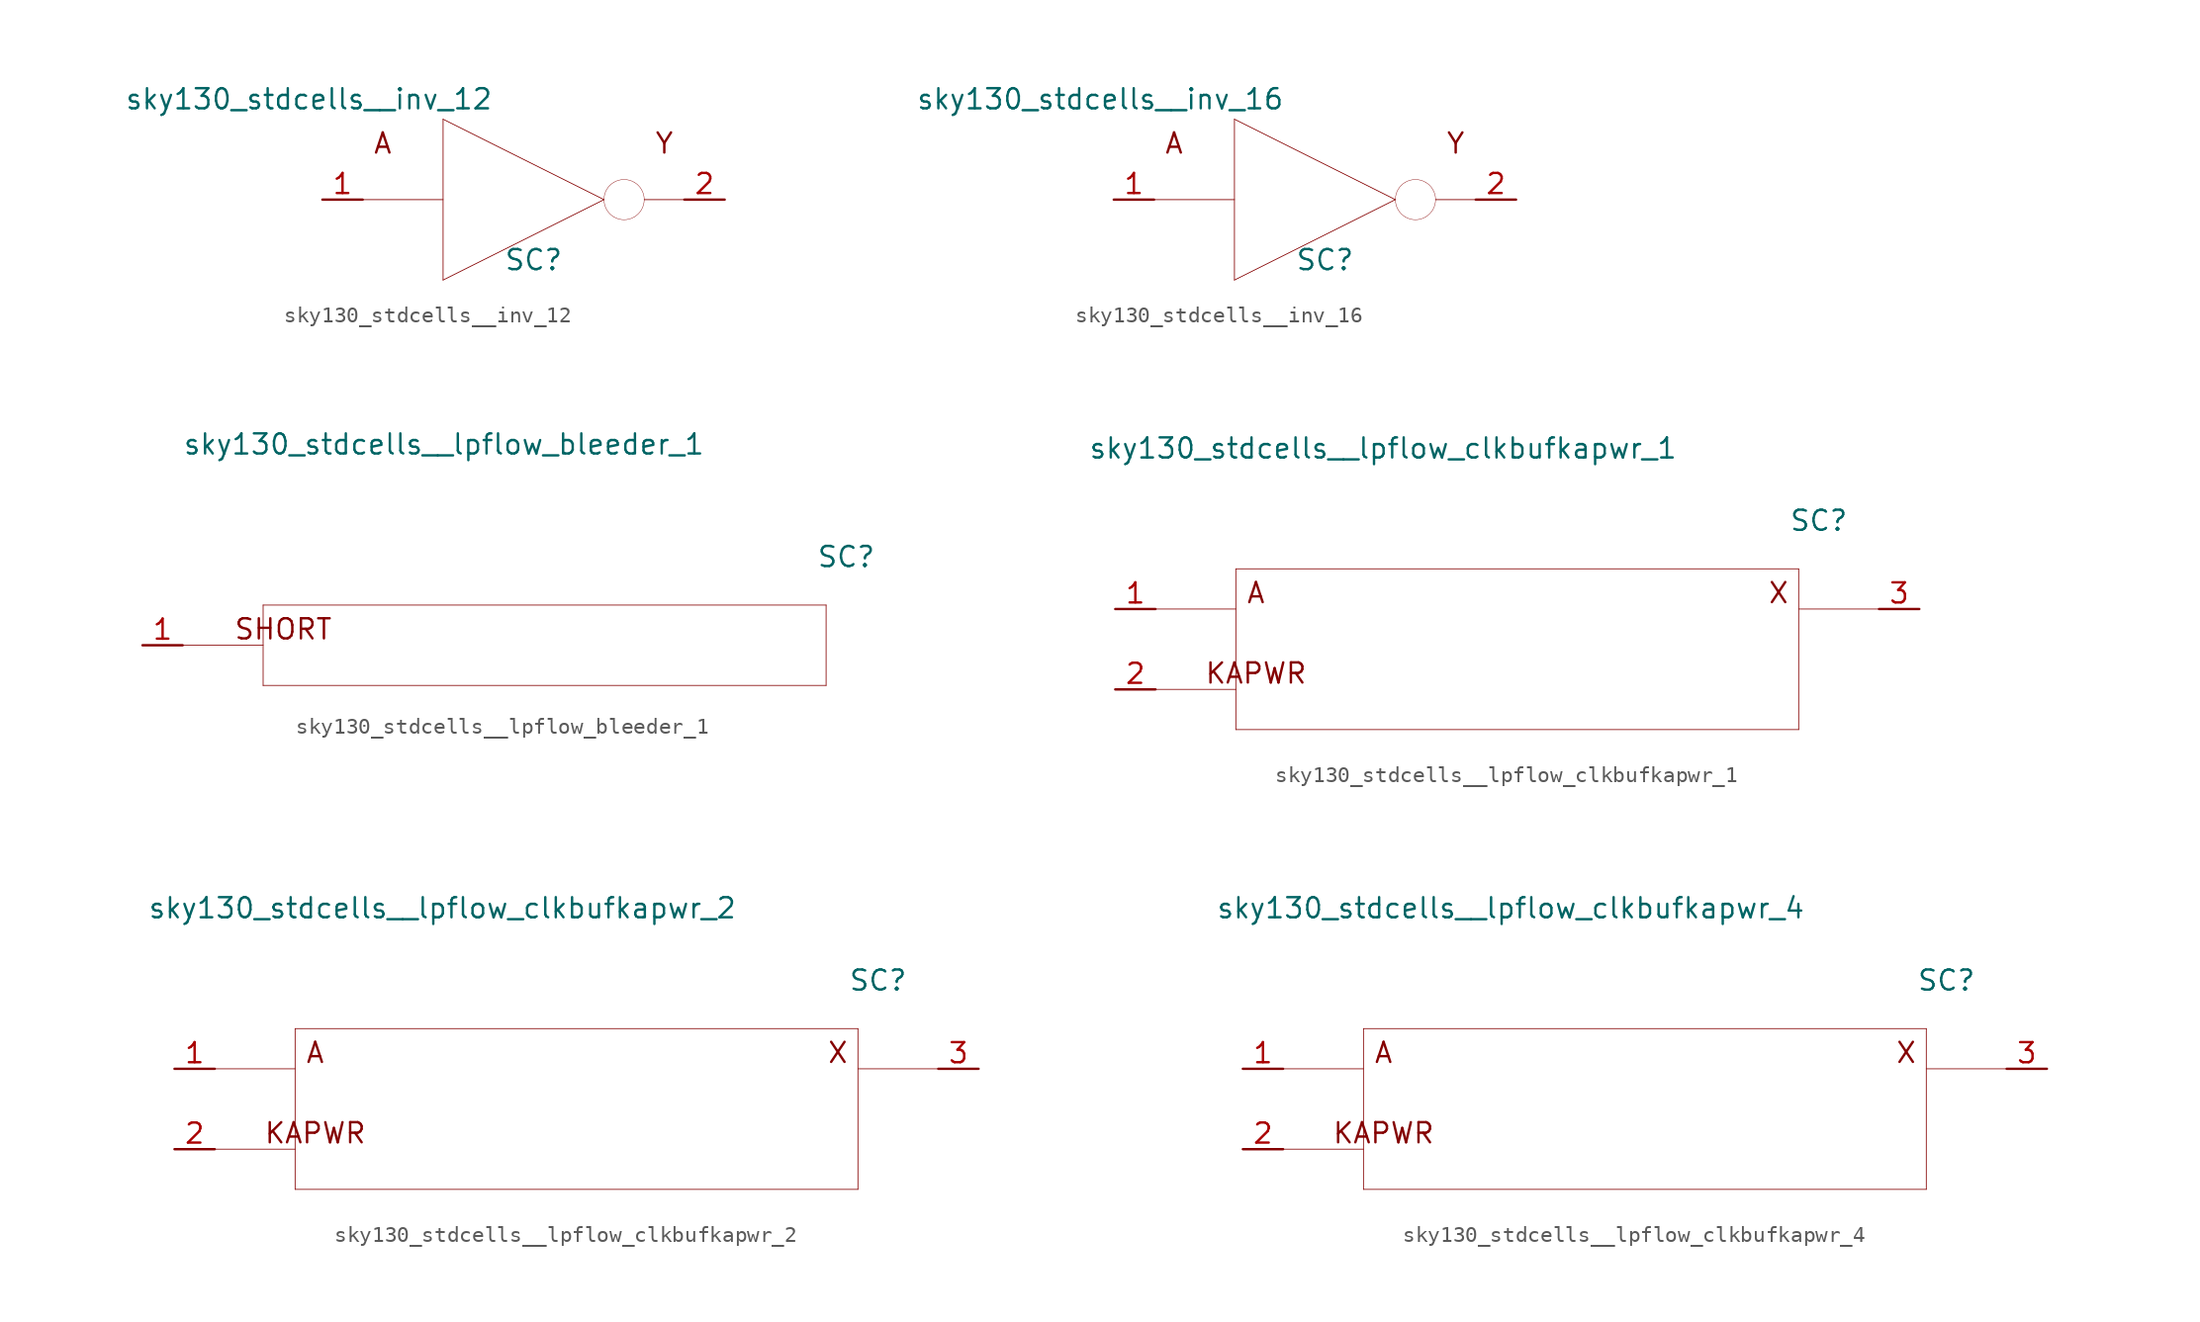
<source format=kicad_sym>
(kicad_symbol_lib
  (version 20211014)
  (generator kicad_symbol_editor)
  (symbol "sky130_stdcells__inv_12"
    (pin_names hide)
    (property "Reference" "SC"
      (at 0.635 -3.81 0)
      (effects (font (size 1.27 1.27))))
    (property "Value" "sky130_stdcells__inv_12"
      (at -1.905 6.35 0)
      (effects (font (size 1.27 1.27)) (justify right)))
    (symbol "sky130_stdcells__inv_12_0_0"
      (polyline (pts (xy -10.16 0) (xy -5.08 0)) (stroke (width 0.051) (type default) (color 0 0 0 0)) (fill (type none)))
      (polyline (pts (xy -5.08 -5.08) (xy 5.08 0)) (stroke (width 0.051) (type default) (color 0 0 0 0)) (fill (type none)))
      (polyline (pts (xy -5.08 5.08) (xy -5.08 -5.08)) (stroke (width 0.051) (type default) (color 0 0 0 0)) (fill (type none)))
      (polyline (pts (xy -5.08 5.08) (xy 5.08 0)) (stroke (width 0.051) (type default) (color 0 0 0 0)) (fill (type none)))
      (polyline (pts (xy 7.62 0) (xy 10.16 0)) (stroke (width 0.051) (type default) (color 0 0 0 0)) (fill (type none)))
      (arc (start 5.08 0) (mid 5.2502 -0.635) (end 5.715 -1.0999) (stroke (width 0.0254) (type default) (color 0 0 0 0)) (fill (type none)))
      (arc (start 5.715 -1.0999) (mid 6.35 -1.27) (end 6.985 -1.0999) (stroke (width 0.0254) (type default) (color 0 0 0 0)) (fill (type none)))
      (arc (start 5.715 1.0999) (mid 5.2501 0.635) (end 5.08 0) (stroke (width 0.0254) (type default) (color 0 0 0 0)) (fill (type none)))
      (arc (start 6.985 -1.0999) (mid 7.4499 -0.635) (end 7.62 0) (stroke (width 0.0254) (type default) (color 0 0 0 0)) (fill (type none)))
      (arc (start 6.985 1.0999) (mid 6.35 1.27) (end 5.715 1.0999) (stroke (width 0.0254) (type default) (color 0 0 0 0)) (fill (type none)))
      (arc (start 7.62 0) (mid 7.4498 0.635) (end 6.985 1.0999) (stroke (width 0.0254) (type default) (color 0 0 0 0)) (fill (type none)))
      (text "A" (at -8.89 3.556 0) (effects (font (size 1.27 1.27))))
      (text "Y" (at 8.89 3.556 0) (effects (font (size 1.27 1.27)))))
    (symbol "sky130_stdcells__inv_12_1_1"
      (pin input line (at -12.7 0 0) (length 2.54) (name "A" (effects (font (size 1.092 1.092)))) (number "1" (effects (font (size 1.27 1.27)))))
      (pin output line (at 12.7 0 180) (length 2.54) (name "Y" (effects (font (size 1.092 1.092)))) (number "2" (effects (font (size 1.27 1.27)))))))
  (symbol "sky130_stdcells__inv_16"
    (pin_names hide)
    (property "Reference" "SC"
      (at 0.635 -3.81 0)
      (effects (font (size 1.27 1.27))))
    (property "Value" "sky130_stdcells__inv_16"
      (at -1.905 6.35 0)
      (effects (font (size 1.27 1.27)) (justify right)))
    (symbol "sky130_stdcells__inv_16_0_0"
      (polyline (pts (xy -10.16 0) (xy -5.08 0)) (stroke (width 0.051) (type default) (color 0 0 0 0)) (fill (type none)))
      (polyline (pts (xy -5.08 -5.08) (xy 5.08 0)) (stroke (width 0.051) (type default) (color 0 0 0 0)) (fill (type none)))
      (polyline (pts (xy -5.08 5.08) (xy -5.08 -5.08)) (stroke (width 0.051) (type default) (color 0 0 0 0)) (fill (type none)))
      (polyline (pts (xy -5.08 5.08) (xy 5.08 0)) (stroke (width 0.051) (type default) (color 0 0 0 0)) (fill (type none)))
      (polyline (pts (xy 7.62 0) (xy 10.16 0)) (stroke (width 0.051) (type default) (color 0 0 0 0)) (fill (type none)))
      (arc (start 5.08 0) (mid 5.2502 -0.635) (end 5.715 -1.0999) (stroke (width 0.0254) (type default) (color 0 0 0 0)) (fill (type none)))
      (arc (start 5.715 -1.0999) (mid 6.35 -1.27) (end 6.985 -1.0999) (stroke (width 0.0254) (type default) (color 0 0 0 0)) (fill (type none)))
      (arc (start 5.715 1.0999) (mid 5.2501 0.635) (end 5.08 0) (stroke (width 0.0254) (type default) (color 0 0 0 0)) (fill (type none)))
      (arc (start 6.985 -1.0999) (mid 7.4499 -0.635) (end 7.62 0) (stroke (width 0.0254) (type default) (color 0 0 0 0)) (fill (type none)))
      (arc (start 6.985 1.0999) (mid 6.35 1.27) (end 5.715 1.0999) (stroke (width 0.0254) (type default) (color 0 0 0 0)) (fill (type none)))
      (arc (start 7.62 0) (mid 7.4498 0.635) (end 6.985 1.0999) (stroke (width 0.0254) (type default) (color 0 0 0 0)) (fill (type none)))
      (text "A" (at -8.89 3.556 0) (effects (font (size 1.27 1.27))))
      (text "Y" (at 8.89 3.556 0) (effects (font (size 1.27 1.27)))))
    (symbol "sky130_stdcells__inv_16_1_1"
      (pin input line (at -12.7 0 0) (length 2.54) (name "A" (effects (font (size 1.092 1.092)))) (number "1" (effects (font (size 1.27 1.27)))))
      (pin output line (at 12.7 0 180) (length 2.54) (name "Y" (effects (font (size 1.092 1.092)))) (number "2" (effects (font (size 1.27 1.27)))))))
  (symbol "sky130_stdcells__lpflow_bleeder_1"
    (pin_names hide)
    (property "Reference" "SC"
      (at 19.05 5.588 0)
      (effects (font (size 1.27 1.27))))
    (property "Value" "sky130_stdcells__lpflow_bleeder_1"
      (at 10.16 12.7 0)
      (effects (font (size 1.27 1.27)) (justify right)))
    (symbol "sky130_stdcells__lpflow_bleeder_1_0_0"
      (polyline (pts (xy -22.86 0) (xy -17.78 0)) (stroke (width 0.051) (type default) (color 0 0 0 0)) (fill (type none)))
      (polyline (pts (xy -17.78 -2.54) (xy 17.78 -2.54)) (stroke (width 0.051) (type default) (color 0 0 0 0)) (fill (type none)))
      (polyline (pts (xy -17.78 2.54) (xy -17.78 -2.54)) (stroke (width 0.051) (type default) (color 0 0 0 0)) (fill (type none)))
      (polyline (pts (xy -17.78 2.54) (xy 17.78 2.54)) (stroke (width 0.051) (type default) (color 0 0 0 0)) (fill (type none)))
      (polyline (pts (xy 17.78 2.54) (xy 17.78 -2.54)) (stroke (width 0.051) (type default) (color 0 0 0 0)) (fill (type none)))
      (text "SHORT" (at -16.51 1.016 0) (effects (font (size 1.27 1.27)))))
    (symbol "sky130_stdcells__lpflow_bleeder_1_1_1"
      (pin input line (at -25.4 0 0) (length 2.54) (name "SHORT" (effects (font (size 1.092 1.092)))) (number "1" (effects (font (size 1.27 1.27)))))))
  (symbol "sky130_stdcells__lpflow_clkbufkapwr_1"
    (pin_names hide)
    (property "Reference" "SC"
      (at 19.05 8.128 0)
      (effects (font (size 1.27 1.27))))
    (property "Value" "sky130_stdcells__lpflow_clkbufkapwr_1"
      (at 10.16 12.7 0)
      (effects (font (size 1.27 1.27)) (justify right)))
    (symbol "sky130_stdcells__lpflow_clkbufkapwr_1_0_0"
      (polyline (pts (xy -22.86 -2.54) (xy -17.78 -2.54)) (stroke (width 0.051) (type default) (color 0 0 0 0)) (fill (type none)))
      (polyline (pts (xy -22.86 2.54) (xy -17.78 2.54)) (stroke (width 0.051) (type default) (color 0 0 0 0)) (fill (type none)))
      (polyline (pts (xy -17.78 -5.08) (xy 17.78 -5.08)) (stroke (width 0.051) (type default) (color 0 0 0 0)) (fill (type none)))
      (polyline (pts (xy -17.78 5.08) (xy -17.78 -5.08)) (stroke (width 0.051) (type default) (color 0 0 0 0)) (fill (type none)))
      (polyline (pts (xy -17.78 5.08) (xy 17.78 5.08)) (stroke (width 0.051) (type default) (color 0 0 0 0)) (fill (type none)))
      (polyline (pts (xy 17.78 2.54) (xy 22.86 2.54)) (stroke (width 0.051) (type default) (color 0 0 0 0)) (fill (type none)))
      (polyline (pts (xy 17.78 5.08) (xy 17.78 -5.08)) (stroke (width 0.051) (type default) (color 0 0 0 0)) (fill (type none)))
      (text "A" (at -16.51 3.556 0) (effects (font (size 1.27 1.27))))
      (text "KAPWR" (at -16.51 -1.524 0) (effects (font (size 1.27 1.27))))
      (text "X" (at 16.51 3.556 0) (effects (font (size 1.27 1.27)))))
    (symbol "sky130_stdcells__lpflow_clkbufkapwr_1_1_1"
      (pin input line (at -25.4 2.54 0) (length 2.54) (name "A" (effects (font (size 1.092 1.092)))) (number "1" (effects (font (size 1.27 1.27)))))
      (pin input line (at -25.4 -2.54 0) (length 2.54) (name "KAPWR" (effects (font (size 1.092 1.092)))) (number "2" (effects (font (size 1.27 1.27)))))
      (pin output line (at 25.4 2.54 180) (length 2.54) (name "X" (effects (font (size 1.092 1.092)))) (number "3" (effects (font (size 1.27 1.27)))))))
  (symbol "sky130_stdcells__lpflow_clkbufkapwr_2"
    (pin_names hide)
    (property "Reference" "SC"
      (at 19.05 8.128 0)
      (effects (font (size 1.27 1.27))))
    (property "Value" "sky130_stdcells__lpflow_clkbufkapwr_2"
      (at 10.16 12.7 0)
      (effects (font (size 1.27 1.27)) (justify right)))
    (symbol "sky130_stdcells__lpflow_clkbufkapwr_2_0_0"
      (polyline (pts (xy -22.86 -2.54) (xy -17.78 -2.54)) (stroke (width 0.051) (type default) (color 0 0 0 0)) (fill (type none)))
      (polyline (pts (xy -22.86 2.54) (xy -17.78 2.54)) (stroke (width 0.051) (type default) (color 0 0 0 0)) (fill (type none)))
      (polyline (pts (xy -17.78 -5.08) (xy 17.78 -5.08)) (stroke (width 0.051) (type default) (color 0 0 0 0)) (fill (type none)))
      (polyline (pts (xy -17.78 5.08) (xy -17.78 -5.08)) (stroke (width 0.051) (type default) (color 0 0 0 0)) (fill (type none)))
      (polyline (pts (xy -17.78 5.08) (xy 17.78 5.08)) (stroke (width 0.051) (type default) (color 0 0 0 0)) (fill (type none)))
      (polyline (pts (xy 17.78 2.54) (xy 22.86 2.54)) (stroke (width 0.051) (type default) (color 0 0 0 0)) (fill (type none)))
      (polyline (pts (xy 17.78 5.08) (xy 17.78 -5.08)) (stroke (width 0.051) (type default) (color 0 0 0 0)) (fill (type none)))
      (text "A" (at -16.51 3.556 0) (effects (font (size 1.27 1.27))))
      (text "KAPWR" (at -16.51 -1.524 0) (effects (font (size 1.27 1.27))))
      (text "X" (at 16.51 3.556 0) (effects (font (size 1.27 1.27)))))
    (symbol "sky130_stdcells__lpflow_clkbufkapwr_2_1_1"
      (pin input line (at -25.4 2.54 0) (length 2.54) (name "A" (effects (font (size 1.092 1.092)))) (number "1" (effects (font (size 1.27 1.27)))))
      (pin input line (at -25.4 -2.54 0) (length 2.54) (name "KAPWR" (effects (font (size 1.092 1.092)))) (number "2" (effects (font (size 1.27 1.27)))))
      (pin output line (at 25.4 2.54 180) (length 2.54) (name "X" (effects (font (size 1.092 1.092)))) (number "3" (effects (font (size 1.27 1.27)))))))
  (symbol "sky130_stdcells__lpflow_clkbufkapwr_4"
    (pin_names hide)
    (property "Reference" "SC"
      (at 19.05 8.128 0)
      (effects (font (size 1.27 1.27))))
    (property "Value" "sky130_stdcells__lpflow_clkbufkapwr_4"
      (at 10.16 12.7 0)
      (effects (font (size 1.27 1.27)) (justify right)))
    (symbol "sky130_stdcells__lpflow_clkbufkapwr_4_0_0"
      (polyline (pts (xy -22.86 -2.54) (xy -17.78 -2.54)) (stroke (width 0.051) (type default) (color 0 0 0 0)) (fill (type none)))
      (polyline (pts (xy -22.86 2.54) (xy -17.78 2.54)) (stroke (width 0.051) (type default) (color 0 0 0 0)) (fill (type none)))
      (polyline (pts (xy -17.78 -5.08) (xy 17.78 -5.08)) (stroke (width 0.051) (type default) (color 0 0 0 0)) (fill (type none)))
      (polyline (pts (xy -17.78 5.08) (xy -17.78 -5.08)) (stroke (width 0.051) (type default) (color 0 0 0 0)) (fill (type none)))
      (polyline (pts (xy -17.78 5.08) (xy 17.78 5.08)) (stroke (width 0.051) (type default) (color 0 0 0 0)) (fill (type none)))
      (polyline (pts (xy 17.78 2.54) (xy 22.86 2.54)) (stroke (width 0.051) (type default) (color 0 0 0 0)) (fill (type none)))
      (polyline (pts (xy 17.78 5.08) (xy 17.78 -5.08)) (stroke (width 0.051) (type default) (color 0 0 0 0)) (fill (type none)))
      (text "A" (at -16.51 3.556 0) (effects (font (size 1.27 1.27))))
      (text "KAPWR" (at -16.51 -1.524 0) (effects (font (size 1.27 1.27))))
      (text "X" (at 16.51 3.556 0) (effects (font (size 1.27 1.27)))))
    (symbol "sky130_stdcells__lpflow_clkbufkapwr_4_1_1"
      (pin input line (at -25.4 2.54 0) (length 2.54) (name "A" (effects (font (size 1.092 1.092)))) (number "1" (effects (font (size 1.27 1.27)))))
      (pin input line (at -25.4 -2.54 0) (length 2.54) (name "KAPWR" (effects (font (size 1.092 1.092)))) (number "2" (effects (font (size 1.27 1.27)))))
      (pin output line (at 25.4 2.54 180) (length 2.54) (name "X" (effects (font (size 1.092 1.092)))) (number "3" (effects (font (size 1.27 1.27))))))))
</source>
